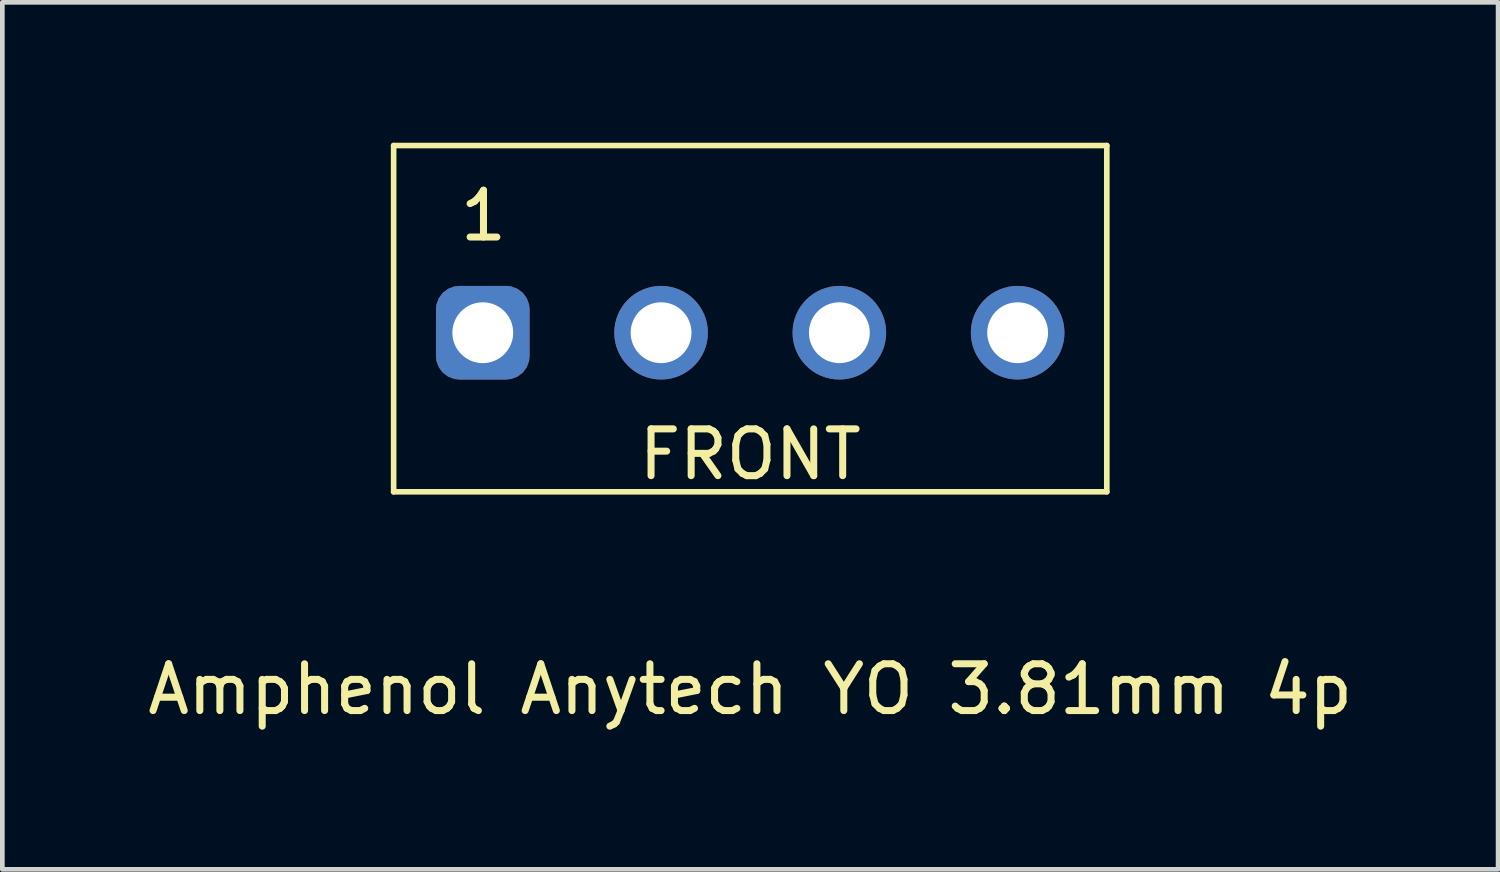
<source format=kicad_pcb>
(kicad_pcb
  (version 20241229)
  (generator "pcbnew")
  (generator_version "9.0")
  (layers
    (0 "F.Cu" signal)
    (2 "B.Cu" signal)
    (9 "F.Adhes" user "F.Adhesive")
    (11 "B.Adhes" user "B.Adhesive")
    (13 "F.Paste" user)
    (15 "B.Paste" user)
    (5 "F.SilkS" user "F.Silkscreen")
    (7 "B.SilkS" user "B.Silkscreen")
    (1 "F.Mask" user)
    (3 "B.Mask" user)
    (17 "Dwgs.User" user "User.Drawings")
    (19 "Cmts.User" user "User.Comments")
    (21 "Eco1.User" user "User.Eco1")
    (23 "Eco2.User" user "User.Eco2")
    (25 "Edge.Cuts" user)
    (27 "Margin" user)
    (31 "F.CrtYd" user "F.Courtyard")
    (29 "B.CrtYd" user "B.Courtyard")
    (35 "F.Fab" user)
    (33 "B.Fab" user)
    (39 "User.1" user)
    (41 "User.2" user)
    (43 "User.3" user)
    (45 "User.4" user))
  (footprint "Amphenol Anytech YO 3.81mm 4p"
    (layer "F.Cu")
    (at 12.982 4.06)
    (property "Reference" "Amphenol Anytech YO 3.81mm 4p" (at 0 7.62 0) (layer "F.SilkS") (effects (font (size 1 1) (thickness 0.15))))
    (attr through_hole)
    (fp_line (start -7.62 -4) (end -7.62 3.4) (stroke (width 0.12) (type solid)) (layer "F.SilkS"))
    (fp_line (start -7.62 -4) (end 7.62 -4) (stroke (width 0.12) (type solid)) (layer "F.SilkS"))
    (fp_line (start 7.62 -4) (end 7.62 3.4) (stroke (width 0.12) (type solid)) (layer "F.SilkS"))
    (fp_line (start 7.62 3.4) (end -7.62 3.4) (stroke (width 0.12) (type solid)) (layer "F.SilkS"))
    (fp_text user "FRONT" (at 0 2.6 0) (layer "F.SilkS") (effects (font (size 1 1) (thickness 0.15))))
    (fp_text user "1" (at -5.7 -2.5 0) (layer "F.SilkS") (effects (font (size 1 1) (thickness 0.15))))
    (pad "1" thru_hole roundrect (at -5.715 0) (size 2 2) (drill 1.3) (layers "*.Cu" "*.Mask") (roundrect_rratio 0.25))
    (pad "2" thru_hole circle (at -1.905 0) (size 2 2) (drill 1.3) (layers "*.Cu" "*.Mask"))
    (pad "3" thru_hole circle (at 1.905 0) (size 2 2) (drill 1.3) (layers "*.Cu" "*.Mask"))
    (pad "4" thru_hole circle (at 5.715 0) (size 2 2) (drill 1.3) (layers "*.Cu" "*.Mask")))
  (gr_rect
    (start -3 -3)
    (end 28.964 15.528)
    (stroke (width 0.1) (type default))
    (fill no)
    (layer "Edge.Cuts")))
</source>
